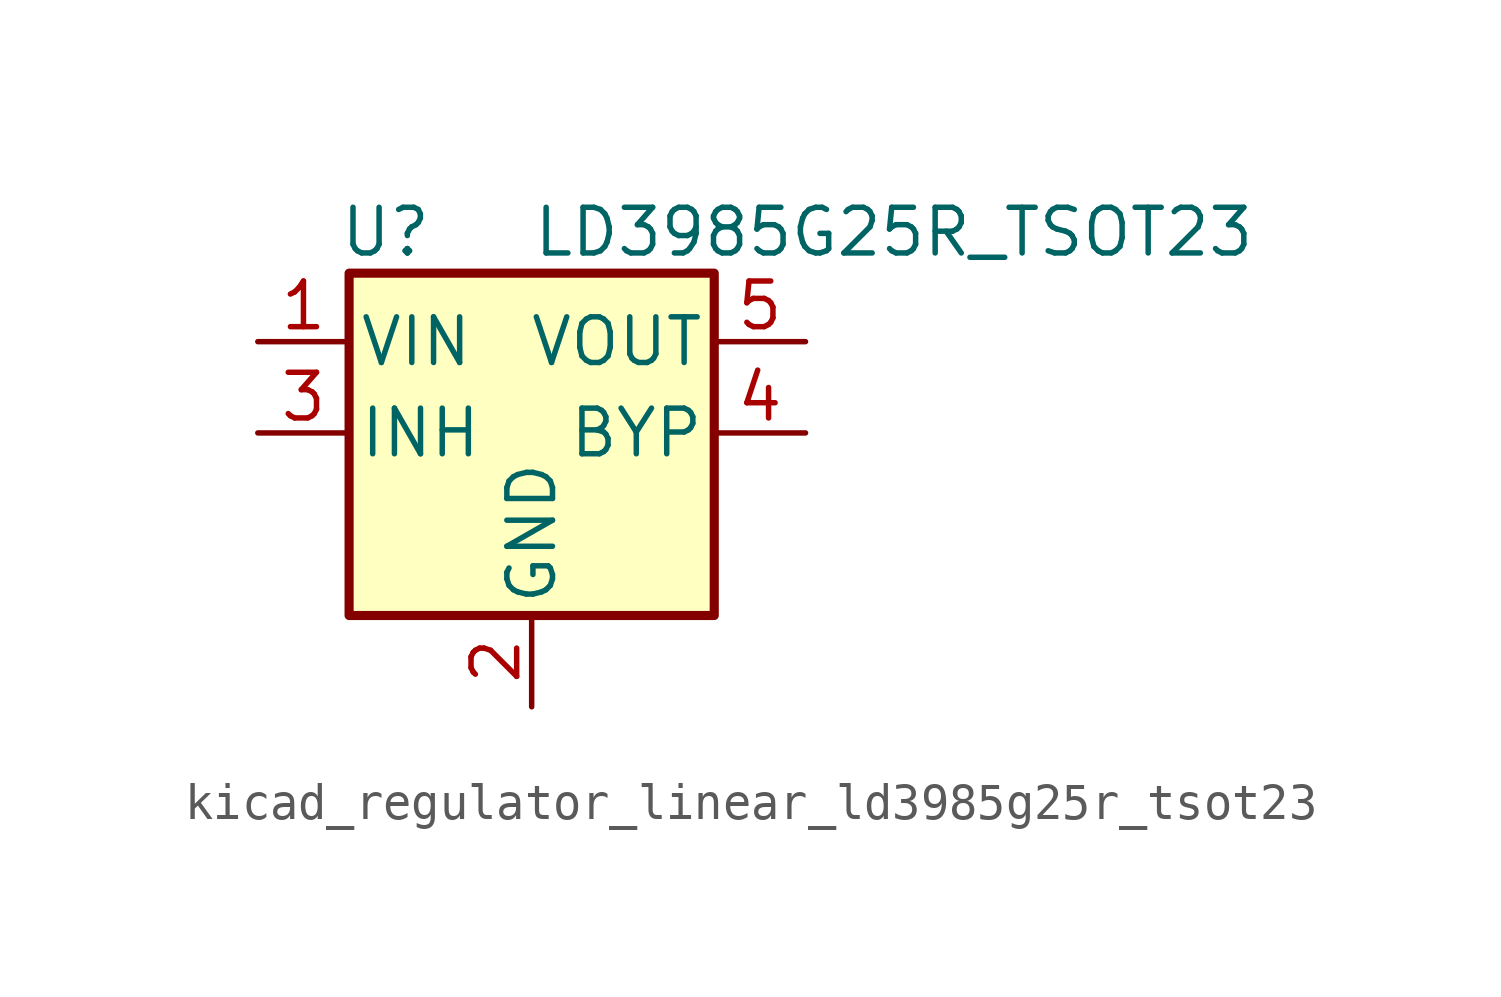
<source format=kicad_sym>
(kicad_symbol_lib
  (version 20220914)
  (generator kicad_symbol_editor)
  (symbol "kicad_regulator_linear_ld3985g25r_tsot23"
    (pin_names
      (offset 0.254))
    (property "Reference" "U"
      (at -4.064 5.588 0)
      (effects (font (size 1.27 1.27))))
    (property "Value" "LD3985G25R_TSOT23"
      (at 0 5.588 0)
      (effects (font (size 1.27 1.27)) (justify left)))
    (symbol "kicad_regulator_linear_ld3985g25r_tsot23_0_1"
      (rectangle (start -5.08 4.445) (end 5.08 -5.08) (stroke (width 0.254) (type default)) (fill (type background))))
    (symbol "kicad_regulator_linear_ld3985g25r_tsot23_1_1"
      (pin power_in line (at -7.62 2.54 0) (length 2.54) (name "VIN" (effects (font (size 1.27 1.27)))) (number "1" (effects (font (size 1.27 1.27)))))
      (pin power_in line (at 0 -7.62 90) (length 2.54) (name "GND" (effects (font (size 1.27 1.27)))) (number "2" (effects (font (size 1.27 1.27)))))
      (pin input line (at -7.62 0 0) (length 2.54) (name "INH" (effects (font (size 1.27 1.27)))) (number "3" (effects (font (size 1.27 1.27)))))
      (pin input line (at 7.62 0 180) (length 2.54) (name "BYP" (effects (font (size 1.27 1.27)))) (number "4" (effects (font (size 1.27 1.27)))))
      (pin power_out line (at 7.62 2.54 180) (length 2.54) (name "VOUT" (effects (font (size 1.27 1.27)))) (number "5" (effects (font (size 1.27 1.27))))))))
</source>
